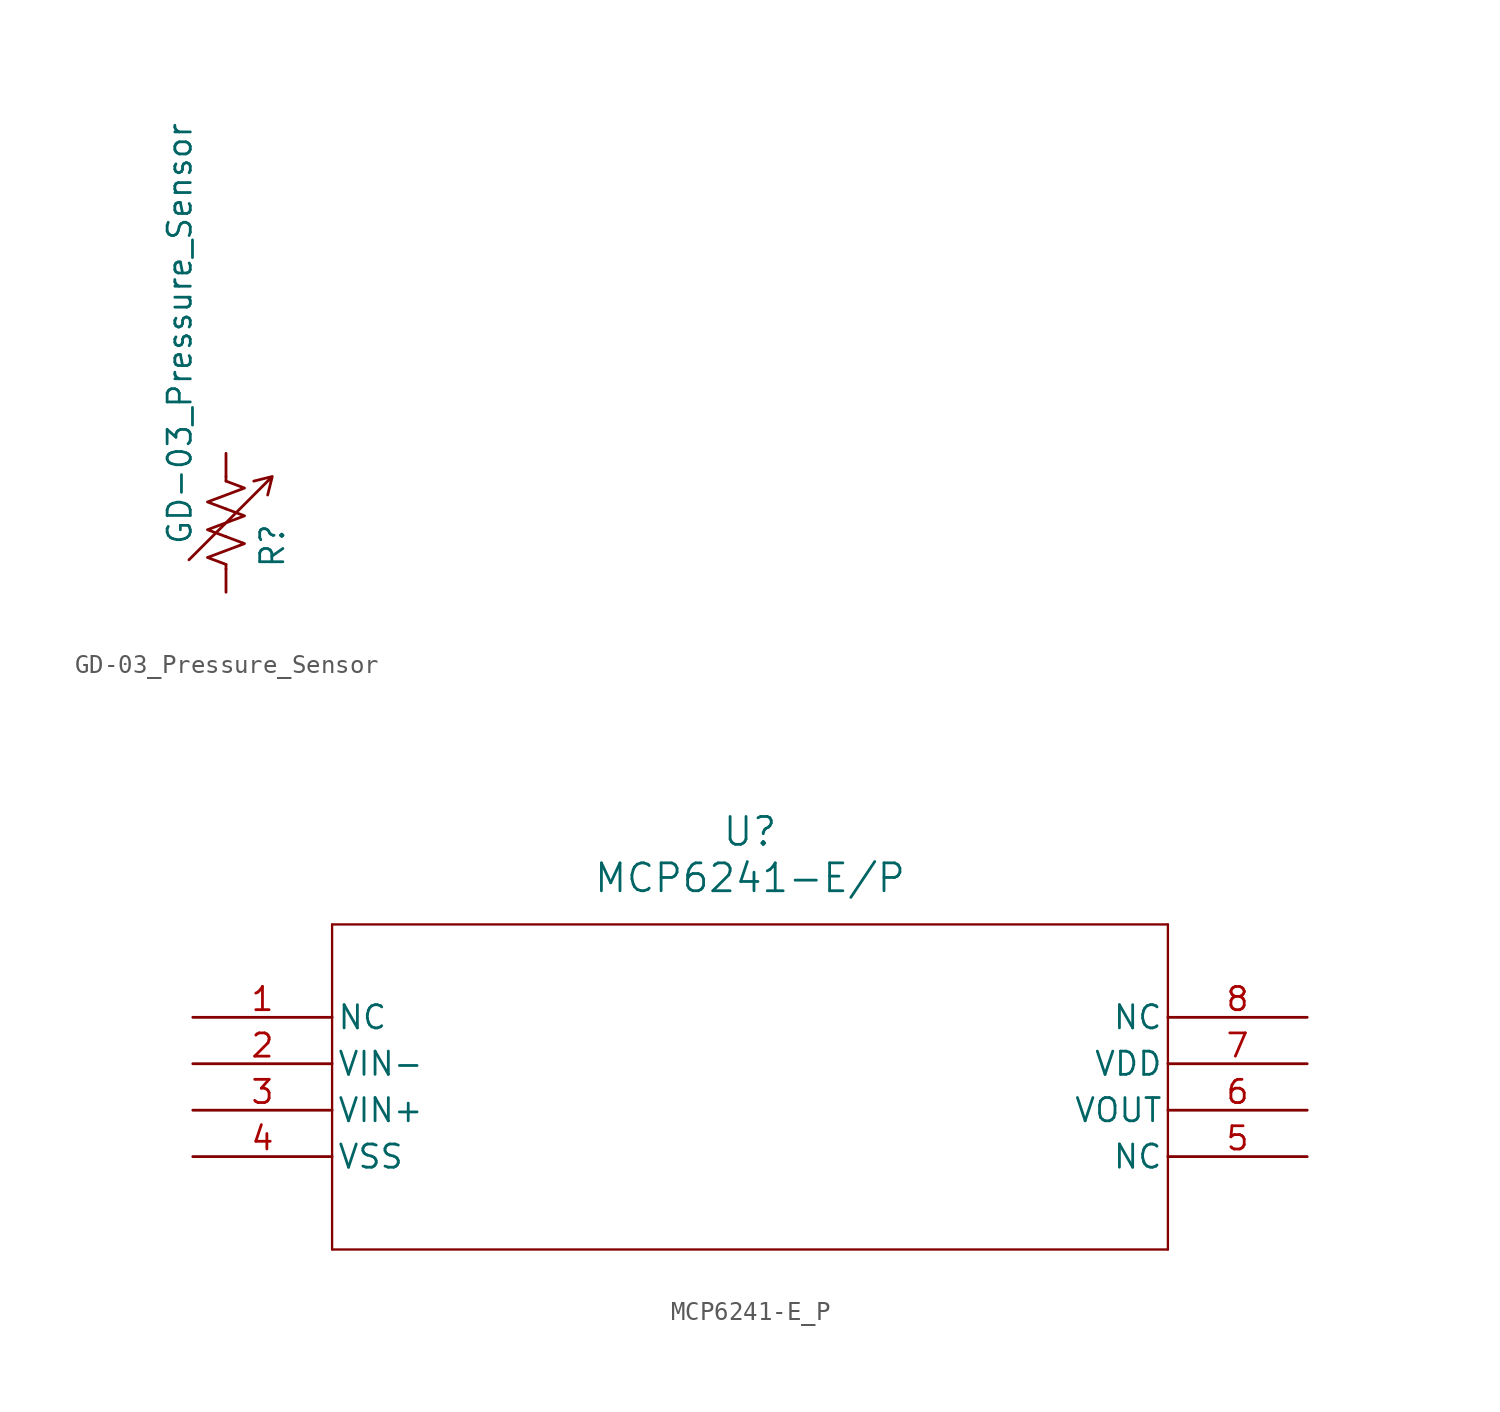
<source format=kicad_sym>
(kicad_symbol_lib
  (version 20231120)
  (generator "kicad_symbol_editor")
  (generator_version "8.0")
  (symbol "GD-03_Pressure_Sensor"
    (pin_numbers hide)
    (pin_names
      (offset 0))
    (property "Reference" "R"
      (at 2.54 -2.54 90)
      (effects (font (size 1.27 1.27)) (justify left)))
    (property "Value" "GD-03_Pressure_Sensor"
      (at -2.54 -1.27 90)
      (effects (font (size 1.27 1.27)) (justify left)))
    (symbol "GD-03_Pressure_Sensor_0_1"
      (polyline (pts (xy 0 -2.286) (xy 0 -2.54)) (stroke (width 0) (type default)) (fill (type none)))
      (polyline (pts (xy 0 2.286) (xy 0 2.54)) (stroke (width 0) (type default)) (fill (type none)))
      (polyline (pts (xy 0 -0.762) (xy 1.016 -1.143) (xy 0 -1.524) (xy -1.016 -1.905) (xy 0 -2.286)) (stroke (width 0) (type default)) (fill (type none)))
      (polyline (pts (xy 0 0.762) (xy 1.016 0.381) (xy 0 0) (xy -1.016 -0.381) (xy 0 -0.762)) (stroke (width 0) (type default)) (fill (type none)))
      (polyline (pts (xy 0 2.286) (xy 1.016 1.905) (xy 0 1.524) (xy -1.016 1.143) (xy 0 0.762)) (stroke (width 0.152) (type default)) (fill (type none)))
      (polyline (pts (xy 2.286 1.524) (xy 2.54 2.54) (xy 1.524 2.286) (xy 2.54 2.54) (xy -2.032 -2.032)) (stroke (width 0.152) (type default)) (fill (type none))))
    (symbol "GD-03_Pressure_Sensor_1_1"
      (pin passive line (at 0 3.81 270) (length 1.27) (name "~" (effects (font (size 1.27 1.27)))) (number "1" (effects (font (size 1.27 1.27)))))
      (pin passive line (at 0 -3.81 90) (length 1.27) (name "~" (effects (font (size 1.27 1.27)))) (number "2" (effects (font (size 1.27 1.27)))))))
  (symbol "MCP6241-E_P"
    (pin_names
      (offset 0.254))
    (property "Reference" "U"
      (at 30.48 10.16 0)
      (effects (font (size 1.524 1.524))))
    (property "Value" "MCP6241-E/P"
      (at 30.48 7.62 0)
      (effects (font (size 1.524 1.524))))
    (property "ki_locked" ""
      (at 0 0 0)
      (effects (font (size 1.27 1.27))))
    (symbol "MCP6241-E_P_0_1"
      (polyline (pts (xy 7.62 -12.7) (xy 53.34 -12.7)) (stroke (width 0.127) (type default)) (fill (type none)))
      (polyline (pts (xy 7.62 5.08) (xy 7.62 -12.7)) (stroke (width 0.127) (type default)) (fill (type none)))
      (polyline (pts (xy 53.34 -12.7) (xy 53.34 5.08)) (stroke (width 0.127) (type default)) (fill (type none)))
      (polyline (pts (xy 53.34 5.08) (xy 7.62 5.08)) (stroke (width 0.127) (type default)) (fill (type none)))
      (pin unspecified line (at 0 0 0) (length 7.62) (name "NC" (effects (font (size 1.27 1.27)))) (number "1" (effects (font (size 1.27 1.27)))))
      (pin unspecified line (at 0 -2.54 0) (length 7.62) (name "VIN-" (effects (font (size 1.27 1.27)))) (number "2" (effects (font (size 1.27 1.27)))))
      (pin unspecified line (at 0 -5.08 0) (length 7.62) (name "VIN+" (effects (font (size 1.27 1.27)))) (number "3" (effects (font (size 1.27 1.27)))))
      (pin unspecified line (at 0 -7.62 0) (length 7.62) (name "VSS" (effects (font (size 1.27 1.27)))) (number "4" (effects (font (size 1.27 1.27)))))
      (pin unspecified line (at 60.96 -7.62 180) (length 7.62) (name "NC" (effects (font (size 1.27 1.27)))) (number "5" (effects (font (size 1.27 1.27)))))
      (pin unspecified line (at 60.96 -5.08 180) (length 7.62) (name "VOUT" (effects (font (size 1.27 1.27)))) (number "6" (effects (font (size 1.27 1.27)))))
      (pin unspecified line (at 60.96 -2.54 180) (length 7.62) (name "VDD" (effects (font (size 1.27 1.27)))) (number "7" (effects (font (size 1.27 1.27)))))
      (pin unspecified line (at 60.96 0 180) (length 7.62) (name "NC" (effects (font (size 1.27 1.27)))) (number "8" (effects (font (size 1.27 1.27))))))))
</source>
